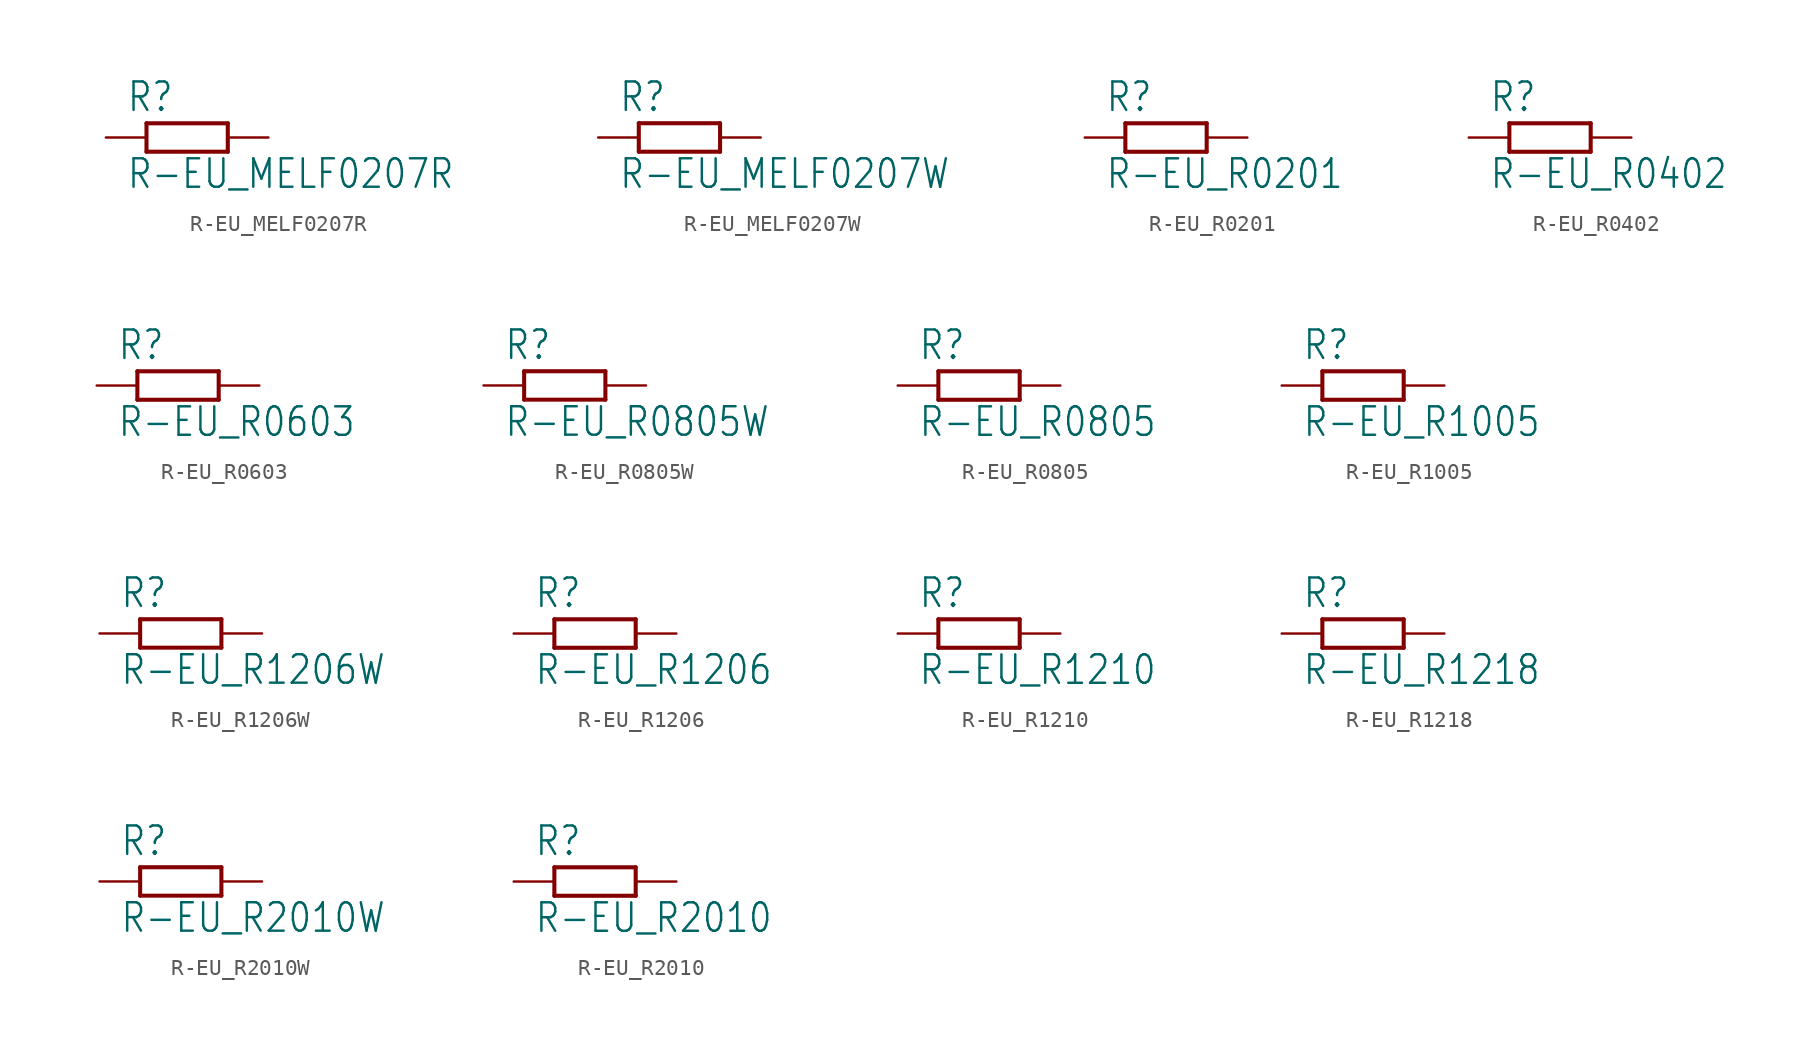
<source format=kicad_sym>
(kicad_symbol_lib
  (version 20201005)
  (generator kicad_symbol_editor)
  (symbol "R-EU_MELF0207R"
    (property "Reference" "R"
      (at -3.81 1.499 0)
      (effects (font (size 1.778 1.511)) (justify left bottom)))
    (property "Value" "R-EU_MELF0207R"
      (at -3.81 -3.302 0)
      (effects (font (size 1.778 1.511)) (justify left bottom)))
    (property "ki_locked" ""
      (at 0 0 0)
      (effects (font (size 1.27 1.27))))
    (symbol "R-EU_MELF0207R_1_0"
      (polyline (pts (xy -2.54 -0.889) (xy 2.54 -0.889)) (stroke (width 0.254)) (fill (type none)))
      (polyline (pts (xy 2.54 0.889) (xy -2.54 0.889)) (stroke (width 0.254)) (fill (type none)))
      (polyline (pts (xy 2.54 -0.889) (xy 2.54 0.889)) (stroke (width 0.254)) (fill (type none)))
      (polyline (pts (xy -2.54 -0.889) (xy -2.54 0.889)) (stroke (width 0.254)) (fill (type none)))
      (pin passive line (at 5.08 0 180) (length 2.54) (name "2" (effects (font (size 0 0)))) (number "2" (effects (font (size 0 0)))))
      (pin passive line (at -5.08 0 0) (length 2.54) (name "1" (effects (font (size 0 0)))) (number "1" (effects (font (size 0 0)))))))
  (symbol "R-EU_MELF0207W"
    (property "Reference" "R"
      (at -3.81 1.499 0)
      (effects (font (size 1.778 1.511)) (justify left bottom)))
    (property "Value" "R-EU_MELF0207W"
      (at -3.81 -3.302 0)
      (effects (font (size 1.778 1.511)) (justify left bottom)))
    (property "ki_locked" ""
      (at 0 0 0)
      (effects (font (size 1.27 1.27))))
    (symbol "R-EU_MELF0207W_1_0"
      (polyline (pts (xy -2.54 -0.889) (xy 2.54 -0.889)) (stroke (width 0.254)) (fill (type none)))
      (polyline (pts (xy 2.54 0.889) (xy -2.54 0.889)) (stroke (width 0.254)) (fill (type none)))
      (polyline (pts (xy 2.54 -0.889) (xy 2.54 0.889)) (stroke (width 0.254)) (fill (type none)))
      (polyline (pts (xy -2.54 -0.889) (xy -2.54 0.889)) (stroke (width 0.254)) (fill (type none)))
      (pin passive line (at 5.08 0 180) (length 2.54) (name "2" (effects (font (size 0 0)))) (number "2" (effects (font (size 0 0)))))
      (pin passive line (at -5.08 0 0) (length 2.54) (name "1" (effects (font (size 0 0)))) (number "1" (effects (font (size 0 0)))))))
  (symbol "R-EU_R0201"
    (property "Reference" "R"
      (at -3.81 1.499 0)
      (effects (font (size 1.778 1.511)) (justify left bottom)))
    (property "Value" "R-EU_R0201"
      (at -3.81 -3.302 0)
      (effects (font (size 1.778 1.511)) (justify left bottom)))
    (property "ki_locked" ""
      (at 0 0 0)
      (effects (font (size 1.27 1.27))))
    (symbol "R-EU_R0201_1_0"
      (polyline (pts (xy -2.54 -0.889) (xy 2.54 -0.889)) (stroke (width 0.254)) (fill (type none)))
      (polyline (pts (xy 2.54 0.889) (xy -2.54 0.889)) (stroke (width 0.254)) (fill (type none)))
      (polyline (pts (xy 2.54 -0.889) (xy 2.54 0.889)) (stroke (width 0.254)) (fill (type none)))
      (polyline (pts (xy -2.54 -0.889) (xy -2.54 0.889)) (stroke (width 0.254)) (fill (type none)))
      (pin passive line (at 5.08 0 180) (length 2.54) (name "2" (effects (font (size 0 0)))) (number "2" (effects (font (size 0 0)))))
      (pin passive line (at -5.08 0 0) (length 2.54) (name "1" (effects (font (size 0 0)))) (number "1" (effects (font (size 0 0)))))))
  (symbol "R-EU_R0402"
    (property "Reference" "R"
      (at -3.81 1.499 0)
      (effects (font (size 1.778 1.511)) (justify left bottom)))
    (property "Value" "R-EU_R0402"
      (at -3.81 -3.302 0)
      (effects (font (size 1.778 1.511)) (justify left bottom)))
    (property "ki_locked" ""
      (at 0 0 0)
      (effects (font (size 1.27 1.27))))
    (symbol "R-EU_R0402_1_0"
      (polyline (pts (xy -2.54 -0.889) (xy 2.54 -0.889)) (stroke (width 0.254)) (fill (type none)))
      (polyline (pts (xy 2.54 0.889) (xy -2.54 0.889)) (stroke (width 0.254)) (fill (type none)))
      (polyline (pts (xy 2.54 -0.889) (xy 2.54 0.889)) (stroke (width 0.254)) (fill (type none)))
      (polyline (pts (xy -2.54 -0.889) (xy -2.54 0.889)) (stroke (width 0.254)) (fill (type none)))
      (pin passive line (at 5.08 0 180) (length 2.54) (name "2" (effects (font (size 0 0)))) (number "2" (effects (font (size 0 0)))))
      (pin passive line (at -5.08 0 0) (length 2.54) (name "1" (effects (font (size 0 0)))) (number "1" (effects (font (size 0 0)))))))
  (symbol "R-EU_R0603"
    (property "Reference" "R"
      (at -3.81 1.499 0)
      (effects (font (size 1.778 1.511)) (justify left bottom)))
    (property "Value" "R-EU_R0603"
      (at -3.81 -3.302 0)
      (effects (font (size 1.778 1.511)) (justify left bottom)))
    (property "ki_locked" ""
      (at 0 0 0)
      (effects (font (size 1.27 1.27))))
    (symbol "R-EU_R0603_1_0"
      (polyline (pts (xy -2.54 -0.889) (xy 2.54 -0.889)) (stroke (width 0.254)) (fill (type none)))
      (polyline (pts (xy 2.54 0.889) (xy -2.54 0.889)) (stroke (width 0.254)) (fill (type none)))
      (polyline (pts (xy 2.54 -0.889) (xy 2.54 0.889)) (stroke (width 0.254)) (fill (type none)))
      (polyline (pts (xy -2.54 -0.889) (xy -2.54 0.889)) (stroke (width 0.254)) (fill (type none)))
      (pin passive line (at 5.08 0 180) (length 2.54) (name "2" (effects (font (size 0 0)))) (number "2" (effects (font (size 0 0)))))
      (pin passive line (at -5.08 0 0) (length 2.54) (name "1" (effects (font (size 0 0)))) (number "1" (effects (font (size 0 0)))))))
  (symbol "R-EU_R0805W"
    (property "Reference" "R"
      (at -3.81 1.499 0)
      (effects (font (size 1.778 1.511)) (justify left bottom)))
    (property "Value" "R-EU_R0805W"
      (at -3.81 -3.302 0)
      (effects (font (size 1.778 1.511)) (justify left bottom)))
    (property "ki_locked" ""
      (at 0 0 0)
      (effects (font (size 1.27 1.27))))
    (symbol "R-EU_R0805W_1_0"
      (polyline (pts (xy -2.54 -0.889) (xy 2.54 -0.889)) (stroke (width 0.254)) (fill (type none)))
      (polyline (pts (xy 2.54 0.889) (xy -2.54 0.889)) (stroke (width 0.254)) (fill (type none)))
      (polyline (pts (xy 2.54 -0.889) (xy 2.54 0.889)) (stroke (width 0.254)) (fill (type none)))
      (polyline (pts (xy -2.54 -0.889) (xy -2.54 0.889)) (stroke (width 0.254)) (fill (type none)))
      (pin passive line (at 5.08 0 180) (length 2.54) (name "2" (effects (font (size 0 0)))) (number "2" (effects (font (size 0 0)))))
      (pin passive line (at -5.08 0 0) (length 2.54) (name "1" (effects (font (size 0 0)))) (number "1" (effects (font (size 0 0)))))))
  (symbol "R-EU_R0805"
    (property "Reference" "R"
      (at -3.81 1.499 0)
      (effects (font (size 1.778 1.511)) (justify left bottom)))
    (property "Value" "R-EU_R0805"
      (at -3.81 -3.302 0)
      (effects (font (size 1.778 1.511)) (justify left bottom)))
    (property "ki_locked" ""
      (at 0 0 0)
      (effects (font (size 1.27 1.27))))
    (symbol "R-EU_R0805_1_0"
      (polyline (pts (xy -2.54 -0.889) (xy 2.54 -0.889)) (stroke (width 0.254)) (fill (type none)))
      (polyline (pts (xy 2.54 0.889) (xy -2.54 0.889)) (stroke (width 0.254)) (fill (type none)))
      (polyline (pts (xy 2.54 -0.889) (xy 2.54 0.889)) (stroke (width 0.254)) (fill (type none)))
      (polyline (pts (xy -2.54 -0.889) (xy -2.54 0.889)) (stroke (width 0.254)) (fill (type none)))
      (pin passive line (at 5.08 0 180) (length 2.54) (name "2" (effects (font (size 0 0)))) (number "2" (effects (font (size 0 0)))))
      (pin passive line (at -5.08 0 0) (length 2.54) (name "1" (effects (font (size 0 0)))) (number "1" (effects (font (size 0 0)))))))
  (symbol "R-EU_R1005"
    (property "Reference" "R"
      (at -3.81 1.499 0)
      (effects (font (size 1.778 1.511)) (justify left bottom)))
    (property "Value" "R-EU_R1005"
      (at -3.81 -3.302 0)
      (effects (font (size 1.778 1.511)) (justify left bottom)))
    (property "ki_locked" ""
      (at 0 0 0)
      (effects (font (size 1.27 1.27))))
    (symbol "R-EU_R1005_1_0"
      (polyline (pts (xy -2.54 -0.889) (xy 2.54 -0.889)) (stroke (width 0.254)) (fill (type none)))
      (polyline (pts (xy 2.54 0.889) (xy -2.54 0.889)) (stroke (width 0.254)) (fill (type none)))
      (polyline (pts (xy 2.54 -0.889) (xy 2.54 0.889)) (stroke (width 0.254)) (fill (type none)))
      (polyline (pts (xy -2.54 -0.889) (xy -2.54 0.889)) (stroke (width 0.254)) (fill (type none)))
      (pin passive line (at 5.08 0 180) (length 2.54) (name "2" (effects (font (size 0 0)))) (number "2" (effects (font (size 0 0)))))
      (pin passive line (at -5.08 0 0) (length 2.54) (name "1" (effects (font (size 0 0)))) (number "1" (effects (font (size 0 0)))))))
  (symbol "R-EU_R1206W"
    (property "Reference" "R"
      (at -3.81 1.499 0)
      (effects (font (size 1.778 1.511)) (justify left bottom)))
    (property "Value" "R-EU_R1206W"
      (at -3.81 -3.302 0)
      (effects (font (size 1.778 1.511)) (justify left bottom)))
    (property "ki_locked" ""
      (at 0 0 0)
      (effects (font (size 1.27 1.27))))
    (symbol "R-EU_R1206W_1_0"
      (polyline (pts (xy -2.54 -0.889) (xy 2.54 -0.889)) (stroke (width 0.254)) (fill (type none)))
      (polyline (pts (xy 2.54 0.889) (xy -2.54 0.889)) (stroke (width 0.254)) (fill (type none)))
      (polyline (pts (xy 2.54 -0.889) (xy 2.54 0.889)) (stroke (width 0.254)) (fill (type none)))
      (polyline (pts (xy -2.54 -0.889) (xy -2.54 0.889)) (stroke (width 0.254)) (fill (type none)))
      (pin passive line (at 5.08 0 180) (length 2.54) (name "2" (effects (font (size 0 0)))) (number "2" (effects (font (size 0 0)))))
      (pin passive line (at -5.08 0 0) (length 2.54) (name "1" (effects (font (size 0 0)))) (number "1" (effects (font (size 0 0)))))))
  (symbol "R-EU_R1206"
    (property "Reference" "R"
      (at -3.81 1.499 0)
      (effects (font (size 1.778 1.511)) (justify left bottom)))
    (property "Value" "R-EU_R1206"
      (at -3.81 -3.302 0)
      (effects (font (size 1.778 1.511)) (justify left bottom)))
    (property "ki_locked" ""
      (at 0 0 0)
      (effects (font (size 1.27 1.27))))
    (symbol "R-EU_R1206_1_0"
      (polyline (pts (xy -2.54 -0.889) (xy 2.54 -0.889)) (stroke (width 0.254)) (fill (type none)))
      (polyline (pts (xy 2.54 0.889) (xy -2.54 0.889)) (stroke (width 0.254)) (fill (type none)))
      (polyline (pts (xy 2.54 -0.889) (xy 2.54 0.889)) (stroke (width 0.254)) (fill (type none)))
      (polyline (pts (xy -2.54 -0.889) (xy -2.54 0.889)) (stroke (width 0.254)) (fill (type none)))
      (pin passive line (at 5.08 0 180) (length 2.54) (name "2" (effects (font (size 0 0)))) (number "2" (effects (font (size 0 0)))))
      (pin passive line (at -5.08 0 0) (length 2.54) (name "1" (effects (font (size 0 0)))) (number "1" (effects (font (size 0 0)))))))
  (symbol "R-EU_R1210"
    (property "Reference" "R"
      (at -3.81 1.499 0)
      (effects (font (size 1.778 1.511)) (justify left bottom)))
    (property "Value" "R-EU_R1210"
      (at -3.81 -3.302 0)
      (effects (font (size 1.778 1.511)) (justify left bottom)))
    (property "ki_locked" ""
      (at 0 0 0)
      (effects (font (size 1.27 1.27))))
    (symbol "R-EU_R1210_1_0"
      (polyline (pts (xy -2.54 -0.889) (xy 2.54 -0.889)) (stroke (width 0.254)) (fill (type none)))
      (polyline (pts (xy 2.54 0.889) (xy -2.54 0.889)) (stroke (width 0.254)) (fill (type none)))
      (polyline (pts (xy 2.54 -0.889) (xy 2.54 0.889)) (stroke (width 0.254)) (fill (type none)))
      (polyline (pts (xy -2.54 -0.889) (xy -2.54 0.889)) (stroke (width 0.254)) (fill (type none)))
      (pin passive line (at 5.08 0 180) (length 2.54) (name "2" (effects (font (size 0 0)))) (number "2" (effects (font (size 0 0)))))
      (pin passive line (at -5.08 0 0) (length 2.54) (name "1" (effects (font (size 0 0)))) (number "1" (effects (font (size 0 0)))))))
  (symbol "R-EU_R1218"
    (property "Reference" "R"
      (at -3.81 1.499 0)
      (effects (font (size 1.778 1.511)) (justify left bottom)))
    (property "Value" "R-EU_R1218"
      (at -3.81 -3.302 0)
      (effects (font (size 1.778 1.511)) (justify left bottom)))
    (property "ki_locked" ""
      (at 0 0 0)
      (effects (font (size 1.27 1.27))))
    (symbol "R-EU_R1218_1_0"
      (polyline (pts (xy -2.54 -0.889) (xy 2.54 -0.889)) (stroke (width 0.254)) (fill (type none)))
      (polyline (pts (xy 2.54 0.889) (xy -2.54 0.889)) (stroke (width 0.254)) (fill (type none)))
      (polyline (pts (xy 2.54 -0.889) (xy 2.54 0.889)) (stroke (width 0.254)) (fill (type none)))
      (polyline (pts (xy -2.54 -0.889) (xy -2.54 0.889)) (stroke (width 0.254)) (fill (type none)))
      (pin passive line (at 5.08 0 180) (length 2.54) (name "2" (effects (font (size 0 0)))) (number "2" (effects (font (size 0 0)))))
      (pin passive line (at -5.08 0 0) (length 2.54) (name "1" (effects (font (size 0 0)))) (number "1" (effects (font (size 0 0)))))))
  (symbol "R-EU_R2010W"
    (property "Reference" "R"
      (at -3.81 1.499 0)
      (effects (font (size 1.778 1.511)) (justify left bottom)))
    (property "Value" "R-EU_R2010W"
      (at -3.81 -3.302 0)
      (effects (font (size 1.778 1.511)) (justify left bottom)))
    (property "ki_locked" ""
      (at 0 0 0)
      (effects (font (size 1.27 1.27))))
    (symbol "R-EU_R2010W_1_0"
      (polyline (pts (xy -2.54 -0.889) (xy 2.54 -0.889)) (stroke (width 0.254)) (fill (type none)))
      (polyline (pts (xy 2.54 0.889) (xy -2.54 0.889)) (stroke (width 0.254)) (fill (type none)))
      (polyline (pts (xy 2.54 -0.889) (xy 2.54 0.889)) (stroke (width 0.254)) (fill (type none)))
      (polyline (pts (xy -2.54 -0.889) (xy -2.54 0.889)) (stroke (width 0.254)) (fill (type none)))
      (pin passive line (at 5.08 0 180) (length 2.54) (name "2" (effects (font (size 0 0)))) (number "2" (effects (font (size 0 0)))))
      (pin passive line (at -5.08 0 0) (length 2.54) (name "1" (effects (font (size 0 0)))) (number "1" (effects (font (size 0 0)))))))
  (symbol "R-EU_R2010"
    (property "Reference" "R"
      (at -3.81 1.499 0)
      (effects (font (size 1.778 1.511)) (justify left bottom)))
    (property "Value" "R-EU_R2010"
      (at -3.81 -3.302 0)
      (effects (font (size 1.778 1.511)) (justify left bottom)))
    (property "ki_locked" ""
      (at 0 0 0)
      (effects (font (size 1.27 1.27))))
    (symbol "R-EU_R2010_1_0"
      (polyline (pts (xy -2.54 -0.889) (xy 2.54 -0.889)) (stroke (width 0.254)) (fill (type none)))
      (polyline (pts (xy 2.54 0.889) (xy -2.54 0.889)) (stroke (width 0.254)) (fill (type none)))
      (polyline (pts (xy 2.54 -0.889) (xy 2.54 0.889)) (stroke (width 0.254)) (fill (type none)))
      (polyline (pts (xy -2.54 -0.889) (xy -2.54 0.889)) (stroke (width 0.254)) (fill (type none)))
      (pin passive line (at 5.08 0 180) (length 2.54) (name "2" (effects (font (size 0 0)))) (number "2" (effects (font (size 0 0)))))
      (pin passive line (at -5.08 0 0) (length 2.54) (name "1" (effects (font (size 0 0)))) (number "1" (effects (font (size 0 0))))))))
</source>
